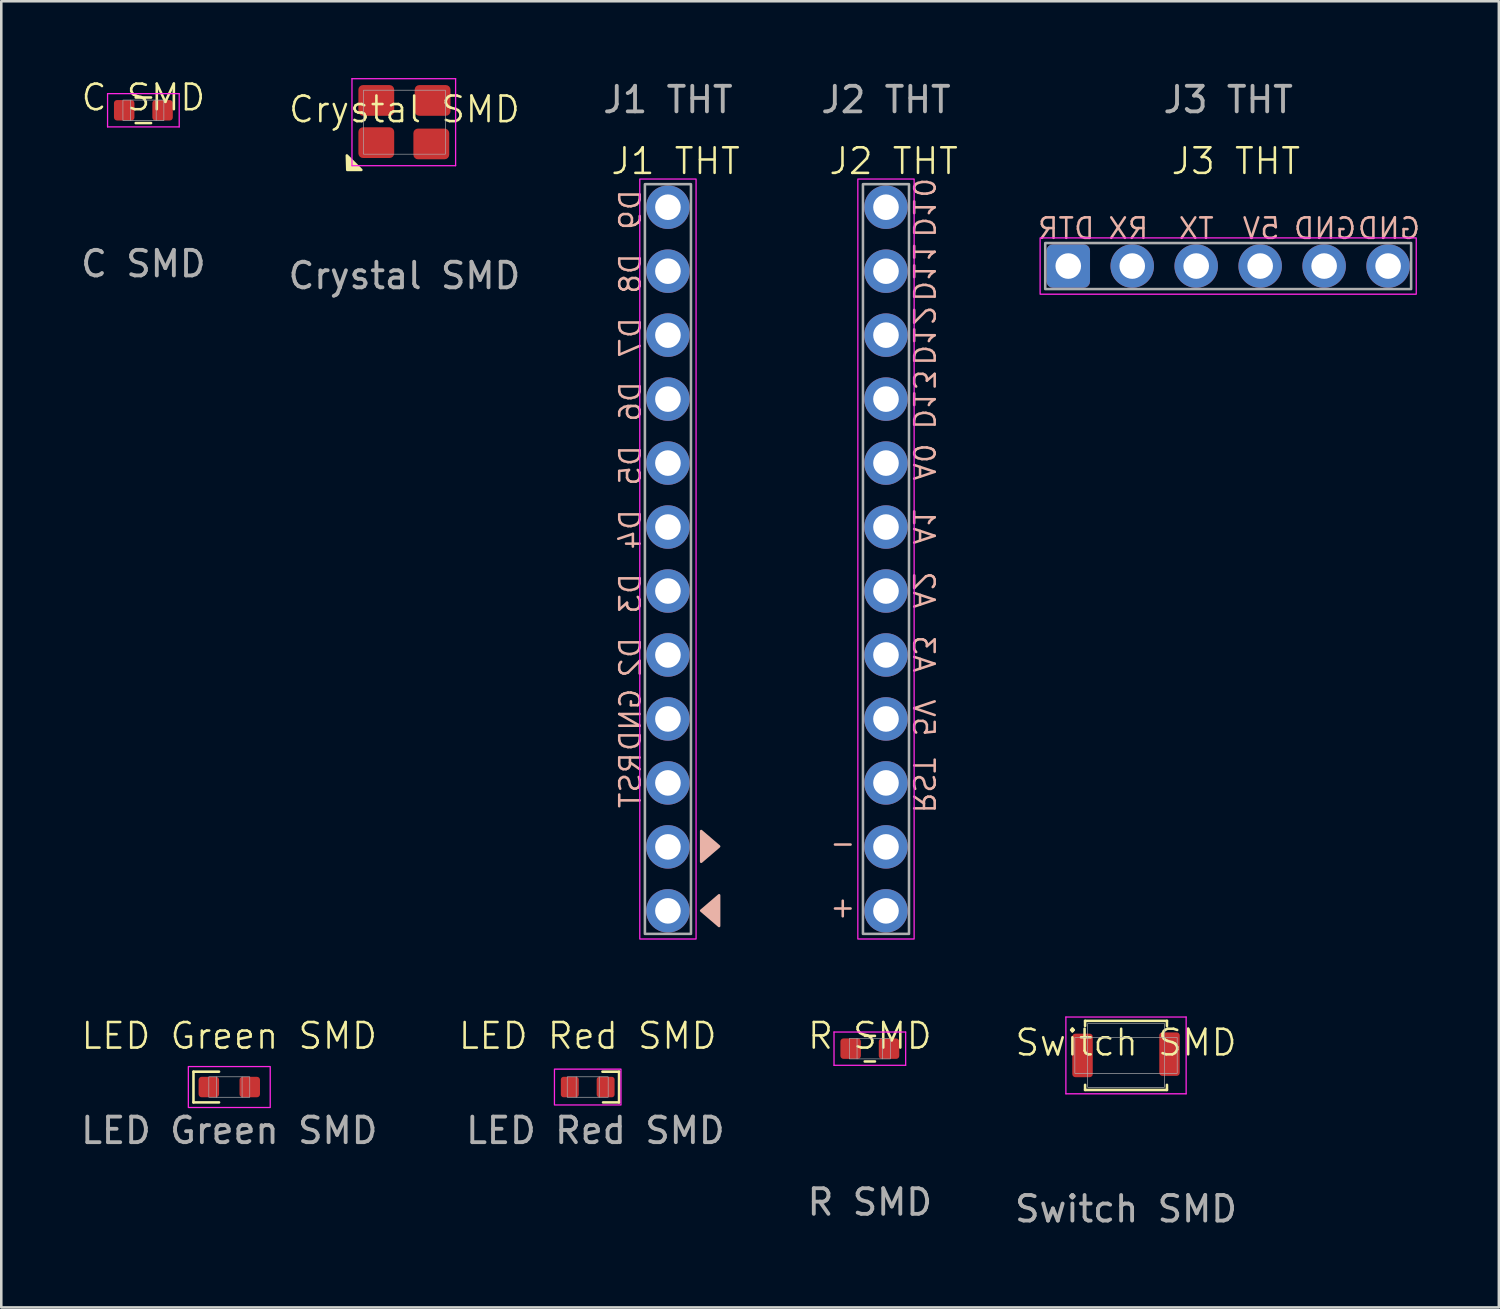
<source format=kicad_pcb>
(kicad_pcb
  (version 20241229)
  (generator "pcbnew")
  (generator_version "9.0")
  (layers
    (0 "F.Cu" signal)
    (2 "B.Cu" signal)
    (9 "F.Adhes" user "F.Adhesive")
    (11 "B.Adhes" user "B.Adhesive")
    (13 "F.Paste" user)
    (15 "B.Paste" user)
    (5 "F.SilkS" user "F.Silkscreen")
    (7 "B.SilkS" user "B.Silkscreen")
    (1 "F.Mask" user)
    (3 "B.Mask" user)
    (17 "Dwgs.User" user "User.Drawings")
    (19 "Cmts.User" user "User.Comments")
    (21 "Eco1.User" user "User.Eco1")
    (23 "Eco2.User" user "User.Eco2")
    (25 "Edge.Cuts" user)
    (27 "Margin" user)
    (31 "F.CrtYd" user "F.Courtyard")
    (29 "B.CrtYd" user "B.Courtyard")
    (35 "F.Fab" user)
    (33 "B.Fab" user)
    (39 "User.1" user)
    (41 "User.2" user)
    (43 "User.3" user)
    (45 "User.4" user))
  (footprint "LED Red SMD"
    (layer "F.Cu")
    (at 19.919 39.434)
    (property "Reference" "LED Red SMD" (at 0 -2 0) (unlocked yes) (layer "F.SilkS") (effects (font (size 1 1) (thickness 0.1))))
    (attr smd)
    (fp_line (start 0.575 -0.6) (end 1.225 -0.6) (stroke (width 0.1) (type default)) (layer "F.SilkS"))
    (fp_line (start 1.225 -0.6) (end 1.225 0.6) (stroke (width 0.1) (type default)) (layer "F.SilkS"))
    (fp_line (start 1.225 0.6) (end 0.6 0.6) (stroke (width 0.1) (type default)) (layer "F.SilkS"))
    (fp_rect (start -1.3 -0.7) (end 1.3 0.7) (stroke (width 0.05) (type default)) (fill no) (layer "F.CrtYd"))
    (fp_line (start -0.45 -0.4) (end -0.45 0.4) (stroke (width 0.025) (type solid)) (layer "F.Fab"))
    (fp_line (start 0.45 -0.4) (end 0.45 0.4) (stroke (width 0.025) (type solid)) (layer "F.Fab"))
    (fp_rect (start -0.8 -0.4) (end 0.8 0.4) (stroke (width 0.025) (type solid)) (fill no) (layer "F.Fab"))
    (fp_text user "${REFERENCE}" (at 0.3 1.7 0) (unlocked yes) (layer "F.Fab") (effects (font (size 1 1) (thickness 0.15))))
    (pad "1" smd roundrect (at 0.7 0) (size 0.7 0.8) (layers "F.Cu" "F.Mask" "F.Paste") (roundrect_rratio 0.15))
    (pad "2" smd roundrect (at -0.7 0) (size 0.7 0.8) (layers "F.Cu" "F.Mask" "F.Paste") (roundrect_rratio 0.15)))
  (footprint "J1 THT"
    (layer "F.Cu")
    (at 23.054 18.798)
    (property "Reference" "J1 THT" (at 0.3 -15.55 0) (unlocked yes) (layer "F.SilkS") (effects (font (size 1 1) (thickness 0.1))))
    (attr through_hole)
    (fp_poly (pts (xy 1.3 10.631) (xy 1.3 11.831) (xy 2 11.231)) (stroke (width 0.1) (type solid)) (fill yes) (layer "B.SilkS"))
    (fp_poly (pts (xy 2 14.342) (xy 2 13.142) (xy 1.3 13.742)) (stroke (width 0.1) (type solid)) (fill yes) (layer "B.SilkS"))
    (fp_rect (start -1.1 -14.85) (end 1.1 14.85) (stroke (width 0.05) (type default)) (fill no) (layer "F.CrtYd"))
    (fp_rect (start -0.9 -14.65) (end 0.9 14.65) (stroke (width 0.1) (type default)) (fill no) (layer "F.Fab"))
    (fp_text user "D8" (at -1 -12 90) (unlocked yes) (layer "B.SilkS") (effects (font (size 0.8 0.8) (thickness 0.1)) (justify left bottom mirror)))
    (fp_text user "D5" (at -1 -4.5 90) (unlocked yes) (layer "B.SilkS") (effects (font (size 0.8 0.8) (thickness 0.1)) (justify left bottom mirror)))
    (fp_text user "D7" (at -1 -9.5 90) (unlocked yes) (layer "B.SilkS") (effects (font (size 0.8 0.8) (thickness 0.1)) (justify left bottom mirror)))
    (fp_text user "RST" (at -1 7.5 90) (unlocked yes) (layer "B.SilkS") (effects (font (size 0.8 0.8) (thickness 0.1)) (justify left bottom mirror)))
    (fp_text user "D2" (at -1 3 90) (unlocked yes) (layer "B.SilkS") (effects (font (size 0.8 0.8) (thickness 0.1)) (justify left bottom mirror)))
    (fp_text user "D3" (at -1 0.5 90) (unlocked yes) (layer "B.SilkS") (effects (font (size 0.8 0.8) (thickness 0.1)) (justify left bottom mirror)))
    (fp_text user "D6" (at -1 -7 90) (unlocked yes) (layer "B.SilkS") (effects (font (size 0.8 0.8) (thickness 0.1)) (justify left bottom mirror)))
    (fp_text user "D4" (at -1 -2 90) (unlocked yes) (layer "B.SilkS") (effects (font (size 0.8 0.8) (thickness 0.1)) (justify left bottom mirror)))
    (fp_text user "D9" (at -1 -14.5 90) (unlocked yes) (layer "B.SilkS") (effects (font (size 0.8 0.8) (thickness 0.1)) (justify left bottom mirror)))
    (fp_text user "GND" (at -1 5 90) (unlocked yes) (layer "B.SilkS") (effects (font (size 0.8 0.8) (thickness 0.1)) (justify left bottom mirror)))
    (fp_text user "${REFERENCE}" (at 0 -17.95 0) (unlocked yes) (layer "F.Fab") (effects (font (size 1 1) (thickness 0.15))))
    (pad "1" thru_hole circle (at 0 -13.75) (size 1.7 1.7) (drill 1) (layers "*.Cu" "*.Mask"))
    (pad "2" thru_hole circle (at 0 -11.25) (size 1.7 1.7) (drill 1) (layers "*.Cu" "*.Mask"))
    (pad "3" thru_hole circle (at 0 -8.75) (size 1.7 1.7) (drill 1) (layers "*.Cu" "*.Mask"))
    (pad "4" thru_hole circle (at 0 -6.25) (size 1.7 1.7) (drill 1) (layers "*.Cu" "*.Mask"))
    (pad "5" thru_hole circle (at 0 -3.75) (size 1.7 1.7) (drill 1) (layers "*.Cu" "*.Mask"))
    (pad "6" thru_hole circle (at 0 -1.25) (size 1.7 1.7) (drill 1) (layers "*.Cu" "*.Mask"))
    (pad "7" thru_hole circle (at 0 1.25) (size 1.7 1.7) (drill 1) (layers "*.Cu" "*.Mask"))
    (pad "8" thru_hole circle (at 0 3.75) (size 1.7 1.7) (drill 1) (layers "*.Cu" "*.Mask"))
    (pad "9" thru_hole circle (at 0 6.25) (size 1.7 1.7) (drill 1) (layers "*.Cu" "*.Mask"))
    (pad "10" thru_hole circle (at 0 8.75) (size 1.7 1.7) (drill 1) (layers "*.Cu" "*.Mask"))
    (pad "11" thru_hole circle (at 0 11.25) (size 1.7 1.7) (drill 1) (layers "*.Cu" "*.Mask"))
    (pad "12" thru_hole circle (at 0 13.75) (size 1.7 1.7) (drill 1) (layers "*.Cu" "*.Mask")))
  (footprint "C SMD"
    (layer "F.Cu")
    (at 2.554 1.26)
    (property "Reference" "C SMD" (at 0 -0.5 0) (unlocked yes) (layer "F.SilkS") (effects (font (size 1 1) (thickness 0.1))))
    (attr smd)
    (fp_line (start -0.3 -0.5) (end 0.3 -0.5) (stroke (width 0.1) (type default)) (layer "F.SilkS"))
    (fp_line (start -0.3 0.5) (end 0.3 0.5) (stroke (width 0.1) (type default)) (layer "F.SilkS"))
    (fp_line (start -1.4 -0.65) (end 1.4 -0.65) (stroke (width 0.05) (type default)) (layer "F.CrtYd"))
    (fp_line (start -1.4 0.65) (end -1.4 -0.65) (stroke (width 0.05) (type default)) (layer "F.CrtYd"))
    (fp_line (start -1.4 0.65) (end 1.4 0.65) (stroke (width 0.05) (type default)) (layer "F.CrtYd"))
    (fp_line (start 1.4 0.65) (end 1.4 -0.65) (stroke (width 0.05) (type default)) (layer "F.CrtYd"))
    (fp_line (start -0.5 0.4) (end -0.5 -0.4) (stroke (width 0.025) (type solid)) (layer "F.Fab"))
    (fp_line (start 0.5 -0.4) (end 0.5 0.4) (stroke (width 0.025) (type solid)) (layer "F.Fab"))
    (fp_rect (start -0.8 -0.4) (end 0.8 0.4) (stroke (width 0.025) (type solid)) (fill no) (layer "F.Fab"))
    (fp_text user "${REFERENCE}" (at 0 6 0) (unlocked yes) (layer "F.Fab") (effects (font (size 1 1) (thickness 0.15))))
    (pad "1" smd roundrect (at -0.75 0) (size 0.8 0.8) (layers "F.Cu" "F.Mask" "F.Paste") (roundrect_rratio 0.15))
    (pad "2" smd roundrect (at 0.75 0) (size 0.8 0.8) (layers "F.Cu" "F.Mask" "F.Paste") (roundrect_rratio 0.15)))
  (footprint "Switch SMD"
    (layer "F.Cu")
    (at 40.957 38.198)
    (property "Reference" "Switch SMD" (at 0 -0.5 0) (unlocked yes) (layer "F.SilkS") (effects (font (size 1 1) (thickness 0.1))))
    (attr smd)
    (fp_line (start -1.6 -1.35) (end 1.6 -1.35) (stroke (width 0.1) (type default)) (layer "F.SilkS"))
    (fp_line (start -1.6 -1.15) (end -1.6 -1.35) (stroke (width 0.1) (type default)) (layer "F.SilkS"))
    (fp_line (start -1.6 1.15) (end -1.6 1.35) (stroke (width 0.1) (type default)) (layer "F.SilkS"))
    (fp_line (start -1.6 1.35) (end 1.6 1.35) (stroke (width 0.1) (type default)) (layer "F.SilkS"))
    (fp_line (start 1.6 -1.35) (end 1.6 -1.15) (stroke (width 0.1) (type default)) (layer "F.SilkS"))
    (fp_line (start 1.6 1.35) (end 1.6 1.15) (stroke (width 0.1) (type default)) (layer "F.SilkS"))
    (fp_line (start -2.35 -1.5) (end -2.35 1.5) (stroke (width 0.05) (type default)) (layer "F.CrtYd"))
    (fp_line (start -2.35 -1.5) (end 2.35 -1.5) (stroke (width 0.05) (type default)) (layer "F.CrtYd"))
    (fp_line (start 2.35 -1.5) (end 2.35 1.5) (stroke (width 0.05) (type solid)) (layer "F.CrtYd"))
    (fp_line (start 2.35 1.5) (end -2.35 1.5) (stroke (width 0.05) (type default)) (layer "F.CrtYd"))
    (fp_rect (start -2 -0.7) (end 2 0.7) (stroke (width 0.025) (type solid)) (fill no) (layer "F.Fab"))
    (fp_rect (start -1.5 -1.25) (end 1.5 1.25) (stroke (width 0.025) (type solid)) (fill no) (layer "F.Fab"))
    (fp_text user "${REFERENCE}" (at 0 6 0) (unlocked yes) (layer "F.Fab") (effects (font (size 1 1) (thickness 0.15))))
    (pad "1" smd roundrect (at -1.7 0) (size 0.8 1.7) (layers "F.Cu" "F.Mask" "F.Paste") (roundrect_rratio 0.15))
    (pad "2" smd roundrect (at 1.7 -0.05) (size 0.8 1.7) (layers "F.Cu" "F.Mask" "F.Paste") (roundrect_rratio 0.15)))
  (footprint "J2 THT"
    (layer "F.Cu")
    (at 31.576 18.798)
    (property "Reference" "J2 THT" (at 0.3 -15.55 0) (unlocked yes) (layer "F.SilkS") (effects (font (size 1 1) (thickness 0.1))))
    (attr through_hole)
    (fp_rect (start -1.1 -14.85) (end 1.1 14.85) (stroke (width 0.05) (type default)) (fill no) (layer "F.CrtYd"))
    (fp_rect (start -0.9 -14.65) (end 0.9 14.65) (stroke (width 0.1) (type default)) (fill no) (layer "F.Fab"))
    (fp_text user "A0" (at 1 -3 270) (unlocked yes) (layer "B.SilkS") (effects (font (size 0.8 0.8) (thickness 0.1)) (justify left bottom mirror)))
    (fp_text user "5V" (at 1 7 270) (unlocked yes) (layer "B.SilkS") (effects (font (size 0.8 0.8) (thickness 0.1)) (justify left bottom mirror)))
    (fp_text user "-" (at -2.25 10.75 180) (unlocked yes) (layer "B.SilkS") (effects (font (size 0.8 0.8) (thickness 0.1)) (justify left bottom mirror)))
    (fp_text user "A2" (at 1 2 270) (unlocked yes) (layer "B.SilkS") (effects (font (size 0.8 0.8) (thickness 0.1)) (justify left bottom mirror)))
    (fp_text user "A3" (at 1 4.5 270) (unlocked yes) (layer "B.SilkS") (effects (font (size 0.8 0.8) (thickness 0.1)) (justify left bottom mirror)))
    (fp_text user "D12" (at 1 -7.5 270) (unlocked yes) (layer "B.SilkS") (effects (font (size 0.8 0.8) (thickness 0.1)) (justify left bottom mirror)))
    (fp_text user "D11" (at 1 -10 270) (unlocked yes) (layer "B.SilkS") (effects (font (size 0.8 0.8) (thickness 0.1)) (justify left bottom mirror)))
    (fp_text user "RST" (at 1 10 270) (unlocked yes) (layer "B.SilkS") (effects (font (size 0.8 0.8) (thickness 0.1)) (justify left bottom mirror)))
    (fp_text user "+" (at -2.25 13.25 180) (unlocked yes) (layer "B.SilkS") (effects (font (size 0.8 0.8) (thickness 0.1)) (justify left bottom mirror)))
    (fp_text user "D13" (at 1 -5 270) (unlocked yes) (layer "B.SilkS") (effects (font (size 0.8 0.8) (thickness 0.1)) (justify left bottom mirror)))
    (fp_text user "A1" (at 1 -0.5 270) (unlocked yes) (layer "B.SilkS") (effects (font (size 0.8 0.8) (thickness 0.1)) (justify left bottom mirror)))
    (fp_text user "D10" (at 1 -12.5 270) (unlocked yes) (layer "B.SilkS") (effects (font (size 0.8 0.8) (thickness 0.1)) (justify left bottom mirror)))
    (fp_text user "${REFERENCE}" (at 0 -17.95 0) (unlocked yes) (layer "F.Fab") (effects (font (size 1 1) (thickness 0.15))))
    (pad "1" thru_hole circle (at 0 13.75) (size 1.7 1.7) (drill 1) (layers "*.Cu" "*.Mask"))
    (pad "2" thru_hole circle (at 0 11.25) (size 1.7 1.7) (drill 1) (layers "*.Cu" "*.Mask"))
    (pad "3" thru_hole circle (at 0 8.75) (size 1.7 1.7) (drill 1) (layers "*.Cu" "*.Mask"))
    (pad "4" thru_hole circle (at 0 6.25) (size 1.7 1.7) (drill 1) (layers "*.Cu" "*.Mask"))
    (pad "5" thru_hole circle (at 0 3.75) (size 1.7 1.7) (drill 1) (layers "*.Cu" "*.Mask"))
    (pad "6" thru_hole circle (at 0 1.25) (size 1.7 1.7) (drill 1) (layers "*.Cu" "*.Mask"))
    (pad "7" thru_hole circle (at 0 -1.25) (size 1.7 1.7) (drill 1) (layers "*.Cu" "*.Mask"))
    (pad "8" thru_hole circle (at 0 -3.75) (size 1.7 1.7) (drill 1) (layers "*.Cu" "*.Mask"))
    (pad "9" thru_hole circle (at 0 -6.25) (size 1.7 1.7) (drill 1) (layers "*.Cu" "*.Mask"))
    (pad "10" thru_hole circle (at 0 -8.75) (size 1.7 1.7) (drill 1) (layers "*.Cu" "*.Mask"))
    (pad "11" thru_hole circle (at 0 -11.25) (size 1.7 1.7) (drill 1) (layers "*.Cu" "*.Mask"))
    (pad "12" thru_hole circle (at 0 -13.75) (size 1.7 1.7) (drill 1) (layers "*.Cu" "*.Mask")))
  (footprint "J3 THT"
    (layer "F.Cu")
    (at 44.95 7.348)
    (property "Reference" "J3 THT" (at 0.3 -4.1 0) (unlocked yes) (layer "F.SilkS") (effects (font (size 1 1) (thickness 0.1))))
    (attr through_hole)
    (fp_rect (start -7.35 -1.1) (end 7.35 1.1) (stroke (width 0.05) (type default)) (fill no) (layer "F.CrtYd"))
    (fp_rect (start -7.15 -0.9) (end 7.15 0.9) (stroke (width 0.1) (type default)) (fill no) (layer "F.Fab"))
    (fp_text user "RX" (at -4.75 -1 0) (unlocked yes) (layer "B.SilkS") (effects (font (size 0.8 0.8) (thickness 0.1)) (justify right bottom mirror)))
    (fp_text user "GND" (at 5 -1 0) (unlocked yes) (layer "B.SilkS") (effects (font (size 0.8 0.8) (thickness 0.1)) (justify right bottom mirror)))
    (fp_text user "GND" (at 2.5 -1 0) (unlocked yes) (layer "B.SilkS") (effects (font (size 0.8 0.8) (thickness 0.1)) (justify right bottom mirror)))
    (fp_text user "5V" (at 0.5 -1 0) (unlocked yes) (layer "B.SilkS") (effects (font (size 0.8 0.8) (thickness 0.1)) (justify right bottom mirror)))
    (fp_text user "TX" (at -2 -1 0) (unlocked yes) (layer "B.SilkS") (effects (font (size 0.8 0.8) (thickness 0.1)) (justify right bottom mirror)))
    (fp_text user "DTR" (at -7.5 -1 0) (unlocked yes) (layer "B.SilkS") (effects (font (size 0.8 0.8) (thickness 0.1)) (justify right bottom mirror)))
    (fp_text user "${REFERENCE}" (at 0 -6.5 0) (unlocked yes) (layer "F.Fab") (effects (font (size 1 1) (thickness 0.15))))
    (pad "1" thru_hole circle (at 6.25 0 90) (size 1.7 1.7) (drill 1) (layers "*.Cu" "*.Mask"))
    (pad "2" thru_hole circle (at 3.75 0 90) (size 1.7 1.7) (drill 1) (layers "*.Cu" "*.Mask"))
    (pad "3" thru_hole circle (at 1.25 0 90) (size 1.7 1.7) (drill 1) (layers "*.Cu" "*.Mask"))
    (pad "4" thru_hole circle (at -1.25 0 90) (size 1.7 1.7) (drill 1) (layers "*.Cu" "*.Mask"))
    (pad "5" thru_hole circle (at -3.75 0 90) (size 1.7 1.7) (drill 1) (layers "*.Cu" "*.Mask"))
    (pad "6" thru_hole roundrect (at -6.25 0 90) (size 1.7 1.7) (drill 1) (layers "*.Cu" "*.Mask") (roundrect_rratio 0.147)))
  (footprint "R SMD"
    (layer "F.Cu")
    (at 30.945 37.934)
    (property "Reference" "R SMD" (at 0 -0.5 0) (unlocked yes) (layer "F.SilkS") (effects (font (size 1 1) (thickness 0.1))))
    (attr smd)
    (fp_line (start -0.2 -0.5) (end 0.2 -0.5) (stroke (width 0.1) (type default)) (layer "F.SilkS"))
    (fp_line (start -0.2 0.5) (end 0.2 0.5) (stroke (width 0.1) (type default)) (layer "F.SilkS"))
    (fp_line (start -1.4 -0.65) (end 1.4 -0.65) (stroke (width 0.05) (type default)) (layer "F.CrtYd"))
    (fp_line (start -1.4 0.65) (end -1.4 -0.65) (stroke (width 0.05) (type default)) (layer "F.CrtYd"))
    (fp_line (start -1.4 0.65) (end 1.4 0.65) (stroke (width 0.05) (type default)) (layer "F.CrtYd"))
    (fp_line (start 1.4 0.65) (end 1.4 -0.65) (stroke (width 0.05) (type default)) (layer "F.CrtYd"))
    (fp_line (start -0.5 0.4) (end -0.5 -0.4) (stroke (width 0.025) (type solid)) (layer "F.Fab"))
    (fp_line (start 0.5 -0.4) (end 0.5 0.4) (stroke (width 0.025) (type solid)) (layer "F.Fab"))
    (fp_rect (start -0.8 -0.4) (end 0.8 0.4) (stroke (width 0.025) (type solid)) (fill no) (layer "F.Fab"))
    (fp_text user "${REFERENCE}" (at 0 6 0) (unlocked yes) (layer "F.Fab") (effects (font (size 1 1) (thickness 0.15))))
    (pad "1" smd roundrect (at -0.75 0) (size 0.8 0.8) (layers "F.Cu" "F.Mask" "F.Paste") (roundrect_rratio 0.15))
    (pad "2" smd roundrect (at 0.75 0) (size 0.8 0.8) (layers "F.Cu" "F.Mask" "F.Paste") (roundrect_rratio 0.15)))
  (footprint "LED Green SMD"
    (layer "F.Cu")
    (at 5.911 39.434)
    (property "Reference" "LED Green SMD" (at 0 -2 0) (unlocked yes) (layer "F.SilkS") (effects (font (size 1 1) (thickness 0.1))))
    (attr smd)
    (fp_line (start -1.4 -0.6) (end -0.4 -0.6) (stroke (width 0.1) (type default)) (layer "F.SilkS"))
    (fp_line (start -1.4 0.6) (end -1.4 -0.6) (stroke (width 0.1) (type default)) (layer "F.SilkS"))
    (fp_line (start -0.4 0.6) (end -1.4 0.6) (stroke (width 0.1) (type default)) (layer "F.SilkS"))
    (fp_rect (start -1.6 -0.8) (end 1.6 0.8) (stroke (width 0.05) (type default)) (fill no) (layer "F.CrtYd"))
    (fp_line (start -0.5 -0.4) (end -0.5 0.4) (stroke (width 0.025) (type solid)) (layer "F.Fab"))
    (fp_line (start 0.5 0.4) (end 0.5 -0.4) (stroke (width 0.025) (type solid)) (layer "F.Fab"))
    (fp_rect (start -0.8 -0.4) (end 0.8 0.4) (stroke (width 0.025) (type solid)) (fill no) (layer "F.Fab"))
    (fp_text user "${REFERENCE}" (at 0 1.7 0) (unlocked yes) (layer "F.Fab") (effects (font (size 1 1) (thickness 0.15))))
    (pad "1" smd roundrect (at -0.8 0) (size 0.8 0.8) (layers "F.Cu" "F.Mask" "F.Paste") (roundrect_rratio 0.15))
    (pad "2" smd roundrect (at 0.8 0) (size 0.8 0.8) (layers "F.Cu" "F.Mask" "F.Paste") (roundrect_rratio 0.15)))
  (footprint "Crystal SMD"
    (layer "F.Cu")
    (at 12.756 1.725)
    (property "Reference" "Crystal SMD" (at 0 -0.5 0) (unlocked yes) (layer "F.SilkS") (effects (font (size 1 1) (thickness 0.1))))
    (attr smd)
    (fp_poly (pts (xy -1.684 1.866) (xy -2.234 1.866) (xy -2.25 1.3)) (stroke (width 0.1) (type solid)) (fill yes) (layer "F.SilkS"))
    (fp_line (start -2.05 -1.7) (end -2.05 1.7) (stroke (width 0.05) (type default)) (layer "F.CrtYd"))
    (fp_line (start -2.05 -1.7) (end 2 -1.7) (stroke (width 0.05) (type default)) (layer "F.CrtYd"))
    (fp_line (start 2 -1.7) (end 2 1.7) (stroke (width 0.05) (type solid)) (layer "F.CrtYd"))
    (fp_line (start 2 1.7) (end -2.05 1.7) (stroke (width 0.05) (type default)) (layer "F.CrtYd"))
    (fp_rect (start -1.6 -1.25) (end 1.6 1.25) (stroke (width 0.025) (type solid)) (fill no) (layer "F.Fab"))
    (fp_text user "${REFERENCE}" (at 0 6 0) (unlocked yes) (layer "F.Fab") (effects (font (size 1 1) (thickness 0.15))))
    (pad "1" smd roundrect (at -1.1 0.8) (size 1.4 1.2) (layers "F.Cu" "F.Mask" "F.Paste") (roundrect_rratio 0.15))
    (pad "2" smd roundrect (at 1.05 0.85) (size 1.4 1.2) (layers "F.Cu" "F.Mask" "F.Paste") (roundrect_rratio 0.15))
    (pad "3" smd roundrect (at 1.1 -0.85) (size 1.4 1.2) (layers "F.Cu" "F.Mask" "F.Paste") (roundrect_rratio 0.15))
    (pad "4" smd roundrect (at -1.1 -0.85) (size 1.4 1.2) (layers "F.Cu" "F.Mask" "F.Paste") (roundrect_rratio 0.15)))
  (gr_rect
    (start -3 -3)
    (end 55.528 48.047)
    (stroke (width 0.1) (type default))
    (fill no)
    (layer "Edge.Cuts")))
</source>
